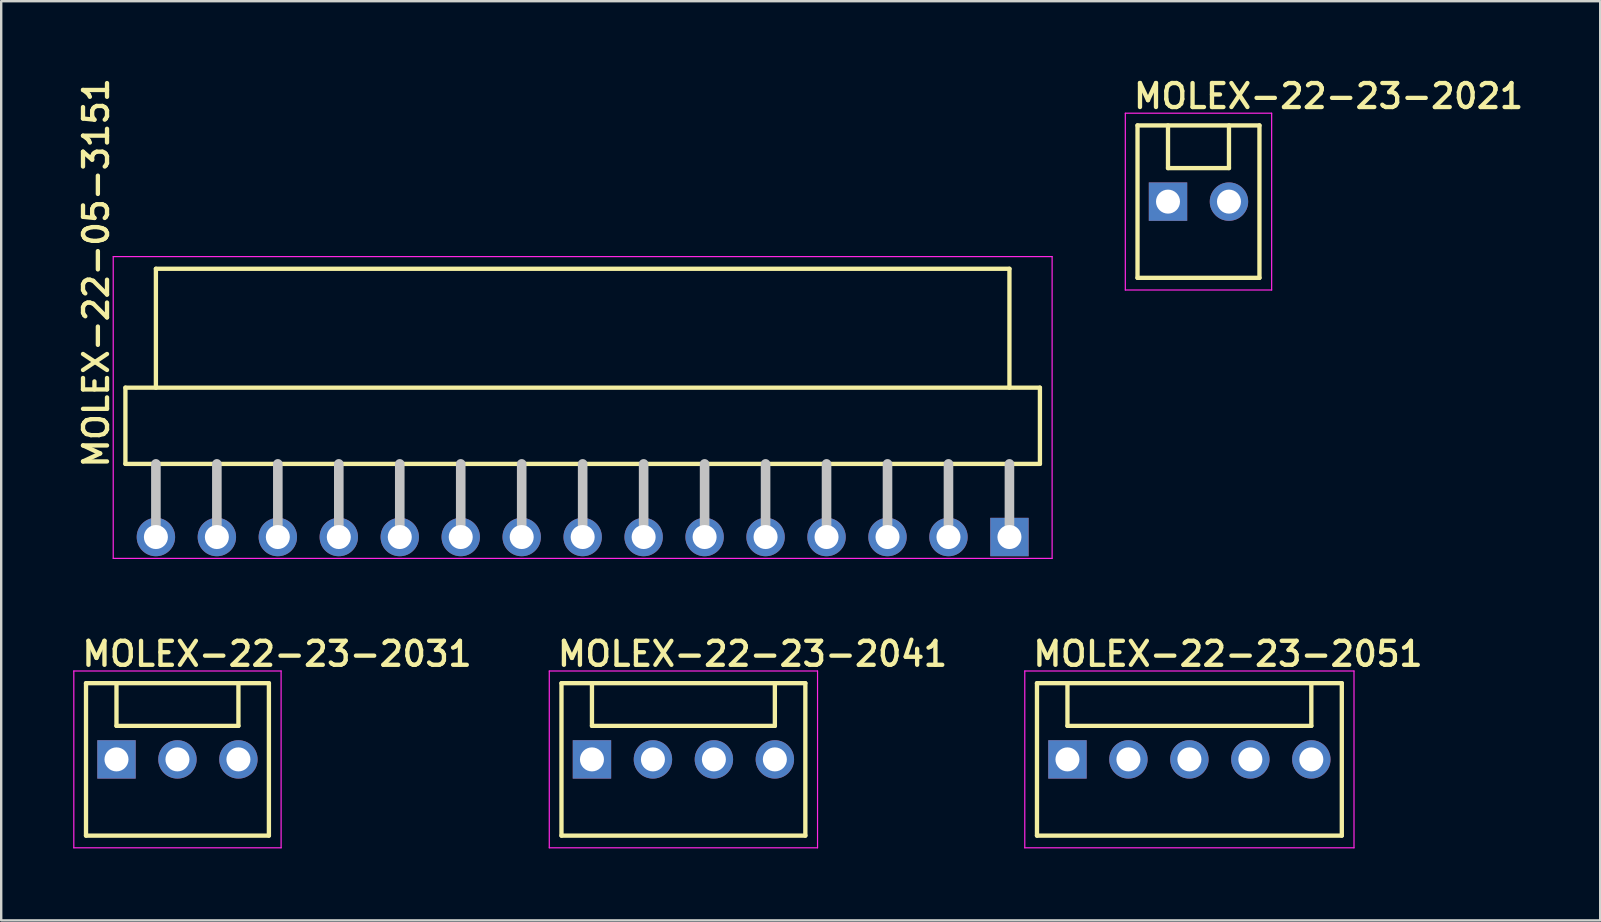
<source format=kicad_pcb>
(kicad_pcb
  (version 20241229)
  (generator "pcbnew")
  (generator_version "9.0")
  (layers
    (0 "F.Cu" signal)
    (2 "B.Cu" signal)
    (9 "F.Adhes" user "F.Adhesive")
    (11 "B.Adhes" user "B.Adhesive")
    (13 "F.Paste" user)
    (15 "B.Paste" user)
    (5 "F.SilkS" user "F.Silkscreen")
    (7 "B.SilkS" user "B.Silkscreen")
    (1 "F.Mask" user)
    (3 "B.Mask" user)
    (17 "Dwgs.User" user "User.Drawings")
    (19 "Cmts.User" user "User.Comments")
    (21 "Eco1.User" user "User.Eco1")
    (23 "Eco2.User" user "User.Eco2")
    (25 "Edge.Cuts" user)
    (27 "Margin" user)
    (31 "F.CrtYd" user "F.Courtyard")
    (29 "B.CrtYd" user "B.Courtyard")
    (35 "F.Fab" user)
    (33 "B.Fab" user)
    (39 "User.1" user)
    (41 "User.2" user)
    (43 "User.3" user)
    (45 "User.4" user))
  (footprint "MOLEX-22-23-2051"
    (layer "F.Cu")
    (at 46.502 28.588)
    (property "Reference" "MOLEX-22-23-2051" (at -6.604 -3.81 0) (layer "F.SilkS") (effects (font (size 1 1) (thickness 0.18)) (justify left bottom)))
    (attr through_hole)
    (fp_line (start -6.35 -3.175) (end 6.35 -3.175) (stroke (width 0.18) (type solid)) (layer "F.SilkS"))
    (fp_line (start -6.35 3.175) (end -6.35 -3.175) (stroke (width 0.18) (type solid)) (layer "F.SilkS"))
    (fp_line (start -5.08 -1.397) (end -5.08 -3.175) (stroke (width 0.18) (type solid)) (layer "F.SilkS"))
    (fp_line (start -5.08 -1.397) (end 5.08 -1.397) (stroke (width 0.18) (type solid)) (layer "F.SilkS"))
    (fp_line (start 5.08 -1.397) (end 5.08 -3.175) (stroke (width 0.18) (type solid)) (layer "F.SilkS"))
    (fp_line (start 6.35 -3.175) (end 6.35 3.175) (stroke (width 0.18) (type solid)) (layer "F.SilkS"))
    (fp_line (start 6.35 3.175) (end -6.35 3.175) (stroke (width 0.18) (type solid)) (layer "F.SilkS"))
    (fp_line (start -6.858 -3.683) (end 6.858 -3.683) (stroke (width 0.05) (type solid)) (layer "F.CrtYd"))
    (fp_line (start -6.858 3.683) (end -6.858 -3.683) (stroke (width 0.05) (type solid)) (layer "F.CrtYd"))
    (fp_line (start 6.858 -3.683) (end 6.858 3.683) (stroke (width 0.05) (type solid)) (layer "F.CrtYd"))
    (fp_line (start 6.858 3.683) (end -6.858 3.683) (stroke (width 0.05) (type solid)) (layer "F.CrtYd"))
    (pad "1" thru_hole rect (at -5.08 0) (size 1.6 1.6) (drill 1) (layers "*.Cu" "*.Mask"))
    (pad "2" thru_hole circle (at -2.54 0 90) (size 1.6 1.6) (drill 1) (layers "*.Cu" "*.Mask"))
    (pad "3" thru_hole circle (at 0 0 90) (size 1.6 1.6) (drill 1) (layers "*.Cu" "*.Mask"))
    (pad "4" thru_hole circle (at 2.54 0 90) (size 1.6 1.6) (drill 1) (layers "*.Cu" "*.Mask"))
    (pad "5" thru_hole circle (at 5.08 0 90) (size 1.6 1.6) (drill 1) (layers "*.Cu" "*.Mask")))
  (footprint "MOLEX-22-05-3151"
    (layer "F.Cu")
    (at 21.225 19.324)
    (property "Reference" "MOLEX-22-05-3151" (at -19.685 -2.794 90) (layer "F.SilkS") (effects (font (size 1 1) (thickness 0.18)) (justify left bottom)))
    (attr through_hole)
    (fp_line (start -19.05 -6.223) (end -19.05 -3.048) (stroke (width 0.18) (type solid)) (layer "F.SilkS"))
    (fp_line (start -19.05 -3.048) (end 19.05 -3.048) (stroke (width 0.18) (type solid)) (layer "F.SilkS"))
    (fp_line (start -17.78 -11.176) (end 17.78 -11.176) (stroke (width 0.18) (type solid)) (layer "F.SilkS"))
    (fp_line (start -17.78 -6.223) (end -17.78 -11.176) (stroke (width 0.18) (type solid)) (layer "F.SilkS"))
    (fp_line (start 17.78 -6.223) (end 17.78 -11.176) (stroke (width 0.18) (type solid)) (layer "F.SilkS"))
    (fp_line (start 19.05 -6.223) (end -19.05 -6.223) (stroke (width 0.18) (type solid)) (layer "F.SilkS"))
    (fp_line (start 19.05 -3.048) (end 19.05 -6.223) (stroke (width 0.18) (type solid)) (layer "F.SilkS"))
    (fp_line (start -17.78 -3.048) (end -17.78 0) (stroke (width 0.4) (type solid)) (layer "Dwgs.User"))
    (fp_line (start -15.24 -3.048) (end -15.24 0) (stroke (width 0.4) (type solid)) (layer "Dwgs.User"))
    (fp_line (start -12.7 -3.048) (end -12.7 0) (stroke (width 0.4) (type solid)) (layer "Dwgs.User"))
    (fp_line (start -10.16 -3.048) (end -10.16 0) (stroke (width 0.4) (type solid)) (layer "Dwgs.User"))
    (fp_line (start -7.62 -3.048) (end -7.62 0) (stroke (width 0.4) (type solid)) (layer "Dwgs.User"))
    (fp_line (start -5.08 -3.048) (end -5.08 0) (stroke (width 0.4) (type solid)) (layer "Dwgs.User"))
    (fp_line (start -2.54 -3.048) (end -2.54 0) (stroke (width 0.4) (type solid)) (layer "Dwgs.User"))
    (fp_line (start 0 -3.048) (end 0 0) (stroke (width 0.4) (type solid)) (layer "Dwgs.User"))
    (fp_line (start 2.54 -3.048) (end 2.54 0) (stroke (width 0.4) (type solid)) (layer "Dwgs.User"))
    (fp_line (start 5.08 -3.048) (end 5.08 0) (stroke (width 0.4) (type solid)) (layer "Dwgs.User"))
    (fp_line (start 7.62 -3.048) (end 7.62 0) (stroke (width 0.4) (type solid)) (layer "Dwgs.User"))
    (fp_line (start 10.16 -3.048) (end 10.16 0) (stroke (width 0.4) (type solid)) (layer "Dwgs.User"))
    (fp_line (start 12.7 -3.048) (end 12.7 0) (stroke (width 0.4) (type solid)) (layer "Dwgs.User"))
    (fp_line (start 15.24 -3.048) (end 15.24 0) (stroke (width 0.4) (type solid)) (layer "Dwgs.User"))
    (fp_line (start 17.78 -3.048) (end 17.78 0) (stroke (width 0.4) (type solid)) (layer "Dwgs.User"))
    (fp_line (start -19.558 -11.684) (end 19.558 -11.684) (stroke (width 0.05) (type solid)) (layer "F.CrtYd"))
    (fp_line (start -19.558 0.889) (end -19.558 -11.684) (stroke (width 0.05) (type solid)) (layer "F.CrtYd"))
    (fp_line (start 19.558 -11.684) (end 19.558 0.889) (stroke (width 0.05) (type solid)) (layer "F.CrtYd"))
    (fp_line (start 19.558 0.889) (end -19.558 0.889) (stroke (width 0.05) (type solid)) (layer "F.CrtYd"))
    (pad "1" thru_hole rect (at 17.78 0) (size 1.6 1.6) (drill 1) (layers "*.Cu" "*.Mask"))
    (pad "2" thru_hole circle (at 15.24 0) (size 1.6 1.6) (drill 1) (layers "*.Cu" "*.Mask"))
    (pad "3" thru_hole circle (at 12.7 0) (size 1.6 1.6) (drill 1) (layers "*.Cu" "*.Mask"))
    (pad "4" thru_hole circle (at 10.16 0) (size 1.6 1.6) (drill 1) (layers "*.Cu" "*.Mask"))
    (pad "5" thru_hole circle (at 7.62 0) (size 1.6 1.6) (drill 1) (layers "*.Cu" "*.Mask"))
    (pad "6" thru_hole circle (at 5.08 0) (size 1.6 1.6) (drill 1) (layers "*.Cu" "*.Mask"))
    (pad "7" thru_hole circle (at 2.54 0) (size 1.6 1.6) (drill 1) (layers "*.Cu" "*.Mask"))
    (pad "8" thru_hole circle (at 0 0) (size 1.6 1.6) (drill 1) (layers "*.Cu" "*.Mask"))
    (pad "9" thru_hole circle (at -2.54 0) (size 1.6 1.6) (drill 1) (layers "*.Cu" "*.Mask"))
    (pad "10" thru_hole circle (at -5.08 0) (size 1.6 1.6) (drill 1) (layers "*.Cu" "*.Mask"))
    (pad "11" thru_hole circle (at -7.62 0) (size 1.6 1.6) (drill 1) (layers "*.Cu" "*.Mask"))
    (pad "12" thru_hole circle (at -10.16 0) (size 1.6 1.6) (drill 1) (layers "*.Cu" "*.Mask"))
    (pad "13" thru_hole circle (at -12.7 0) (size 1.6 1.6) (drill 1) (layers "*.Cu" "*.Mask"))
    (pad "14" thru_hole circle (at -15.24 0) (size 1.6 1.6) (drill 1) (layers "*.Cu" "*.Mask"))
    (pad "15" thru_hole circle (at -17.78 0) (size 1.6 1.6) (drill 1) (layers "*.Cu" "*.Mask")))
  (footprint "MOLEX-22-23-2031"
    (layer "F.Cu")
    (at 4.343 28.588)
    (property "Reference" "MOLEX-22-23-2031" (at -4.064 -3.81 0) (layer "F.SilkS") (effects (font (size 1 1) (thickness 0.18)) (justify left bottom)))
    (attr through_hole)
    (fp_line (start -3.81 -3.175) (end 3.81 -3.175) (stroke (width 0.18) (type solid)) (layer "F.SilkS"))
    (fp_line (start -3.81 3.175) (end -3.81 -3.175) (stroke (width 0.18) (type solid)) (layer "F.SilkS"))
    (fp_line (start -2.54 -1.397) (end -2.54 -3.175) (stroke (width 0.18) (type solid)) (layer "F.SilkS"))
    (fp_line (start -2.54 -1.397) (end 2.54 -1.397) (stroke (width 0.18) (type solid)) (layer "F.SilkS"))
    (fp_line (start 2.54 -1.397) (end 2.54 -3.175) (stroke (width 0.18) (type solid)) (layer "F.SilkS"))
    (fp_line (start 3.81 -3.175) (end 3.81 3.175) (stroke (width 0.18) (type solid)) (layer "F.SilkS"))
    (fp_line (start 3.81 3.175) (end -3.81 3.175) (stroke (width 0.18) (type solid)) (layer "F.SilkS"))
    (fp_line (start -4.318 -3.683) (end 4.318 -3.683) (stroke (width 0.05) (type solid)) (layer "F.CrtYd"))
    (fp_line (start -4.318 3.683) (end -4.318 -3.683) (stroke (width 0.05) (type solid)) (layer "F.CrtYd"))
    (fp_line (start 4.318 -3.683) (end 4.318 3.683) (stroke (width 0.05) (type solid)) (layer "F.CrtYd"))
    (fp_line (start 4.318 3.683) (end -4.318 3.683) (stroke (width 0.05) (type solid)) (layer "F.CrtYd"))
    (pad "1" thru_hole rect (at -2.54 0) (size 1.6 1.6) (drill 1) (layers "*.Cu" "*.Mask"))
    (pad "2" thru_hole circle (at 0 0 90) (size 1.6 1.6) (drill 1) (layers "*.Cu" "*.Mask"))
    (pad "3" thru_hole circle (at 2.54 0 90) (size 1.6 1.6) (drill 1) (layers "*.Cu" "*.Mask")))
  (footprint "MOLEX-22-23-2021"
    (layer "F.Cu")
    (at 46.881 5.35)
    (property "Reference" "MOLEX-22-23-2021" (at -2.794 -3.81 0) (layer "F.SilkS") (effects (font (size 1 1) (thickness 0.18)) (justify left bottom)))
    (attr through_hole)
    (fp_line (start -2.54 -3.175) (end 2.54 -3.175) (stroke (width 0.18) (type solid)) (layer "F.SilkS"))
    (fp_line (start -2.54 3.175) (end -2.54 -3.175) (stroke (width 0.18) (type solid)) (layer "F.SilkS"))
    (fp_line (start -1.27 -1.397) (end -1.27 -3.175) (stroke (width 0.18) (type solid)) (layer "F.SilkS"))
    (fp_line (start -1.27 -1.397) (end 1.27 -1.397) (stroke (width 0.18) (type solid)) (layer "F.SilkS"))
    (fp_line (start 1.27 -1.397) (end 1.27 -3.175) (stroke (width 0.18) (type solid)) (layer "F.SilkS"))
    (fp_line (start 2.54 -3.175) (end 2.54 3.175) (stroke (width 0.18) (type solid)) (layer "F.SilkS"))
    (fp_line (start 2.54 3.175) (end -2.54 3.175) (stroke (width 0.18) (type solid)) (layer "F.SilkS"))
    (fp_line (start -3.048 -3.683) (end 3.048 -3.683) (stroke (width 0.05) (type solid)) (layer "F.CrtYd"))
    (fp_line (start -3.048 3.683) (end -3.048 -3.683) (stroke (width 0.05) (type solid)) (layer "F.CrtYd"))
    (fp_line (start 3.048 -3.683) (end 3.048 3.683) (stroke (width 0.05) (type solid)) (layer "F.CrtYd"))
    (fp_line (start 3.048 3.683) (end -3.048 3.683) (stroke (width 0.05) (type solid)) (layer "F.CrtYd"))
    (pad "1" thru_hole rect (at -1.27 0) (size 1.6 1.6) (drill 1) (layers "*.Cu" "*.Mask"))
    (pad "2" thru_hole circle (at 1.27 0 90) (size 1.6 1.6) (drill 1) (layers "*.Cu" "*.Mask")))
  (footprint "MOLEX-22-23-2041"
    (layer "F.Cu")
    (at 25.422 28.588)
    (property "Reference" "MOLEX-22-23-2041" (at -5.334 -3.81 0) (layer "F.SilkS") (effects (font (size 1 1) (thickness 0.18)) (justify left bottom)))
    (attr through_hole)
    (fp_line (start -5.08 3.175) (end -5.08 -3.175) (stroke (width 0.18) (type solid)) (layer "F.SilkS"))
    (fp_line (start -3.81 -1.397) (end -3.81 -3.175) (stroke (width 0.18) (type solid)) (layer "F.SilkS"))
    (fp_line (start -3.81 -1.397) (end 3.81 -1.397) (stroke (width 0.18) (type solid)) (layer "F.SilkS"))
    (fp_line (start 3.81 -1.397) (end 3.81 -3.175) (stroke (width 0.18) (type solid)) (layer "F.SilkS"))
    (fp_line (start 5.08 -3.175) (end -5.08 -3.175) (stroke (width 0.18) (type solid)) (layer "F.SilkS"))
    (fp_line (start 5.08 -3.175) (end 5.08 3.175) (stroke (width 0.18) (type solid)) (layer "F.SilkS"))
    (fp_line (start 5.08 3.175) (end -5.08 3.175) (stroke (width 0.18) (type solid)) (layer "F.SilkS"))
    (fp_line (start -5.588 -3.683) (end 5.588 -3.683) (stroke (width 0.05) (type solid)) (layer "F.CrtYd"))
    (fp_line (start -5.588 3.683) (end -5.588 -3.683) (stroke (width 0.05) (type solid)) (layer "F.CrtYd"))
    (fp_line (start 5.588 -3.683) (end 5.588 3.683) (stroke (width 0.05) (type solid)) (layer "F.CrtYd"))
    (fp_line (start 5.588 3.683) (end -5.588 3.683) (stroke (width 0.05) (type solid)) (layer "F.CrtYd"))
    (pad "1" thru_hole rect (at -3.81 0) (size 1.6 1.6) (drill 1) (layers "*.Cu" "*.Mask"))
    (pad "2" thru_hole circle (at -1.27 0 90) (size 1.6 1.6) (drill 1) (layers "*.Cu" "*.Mask"))
    (pad "3" thru_hole circle (at 1.27 0 90) (size 1.6 1.6) (drill 1) (layers "*.Cu" "*.Mask"))
    (pad "4" thru_hole circle (at 3.81 0 90) (size 1.6 1.6) (drill 1) (layers "*.Cu" "*.Mask")))
  (gr_rect
    (start -3 -3)
    (end 63.617 35.296)
    (stroke (width 0.1) (type default))
    (fill no)
    (layer "Edge.Cuts")))
</source>
